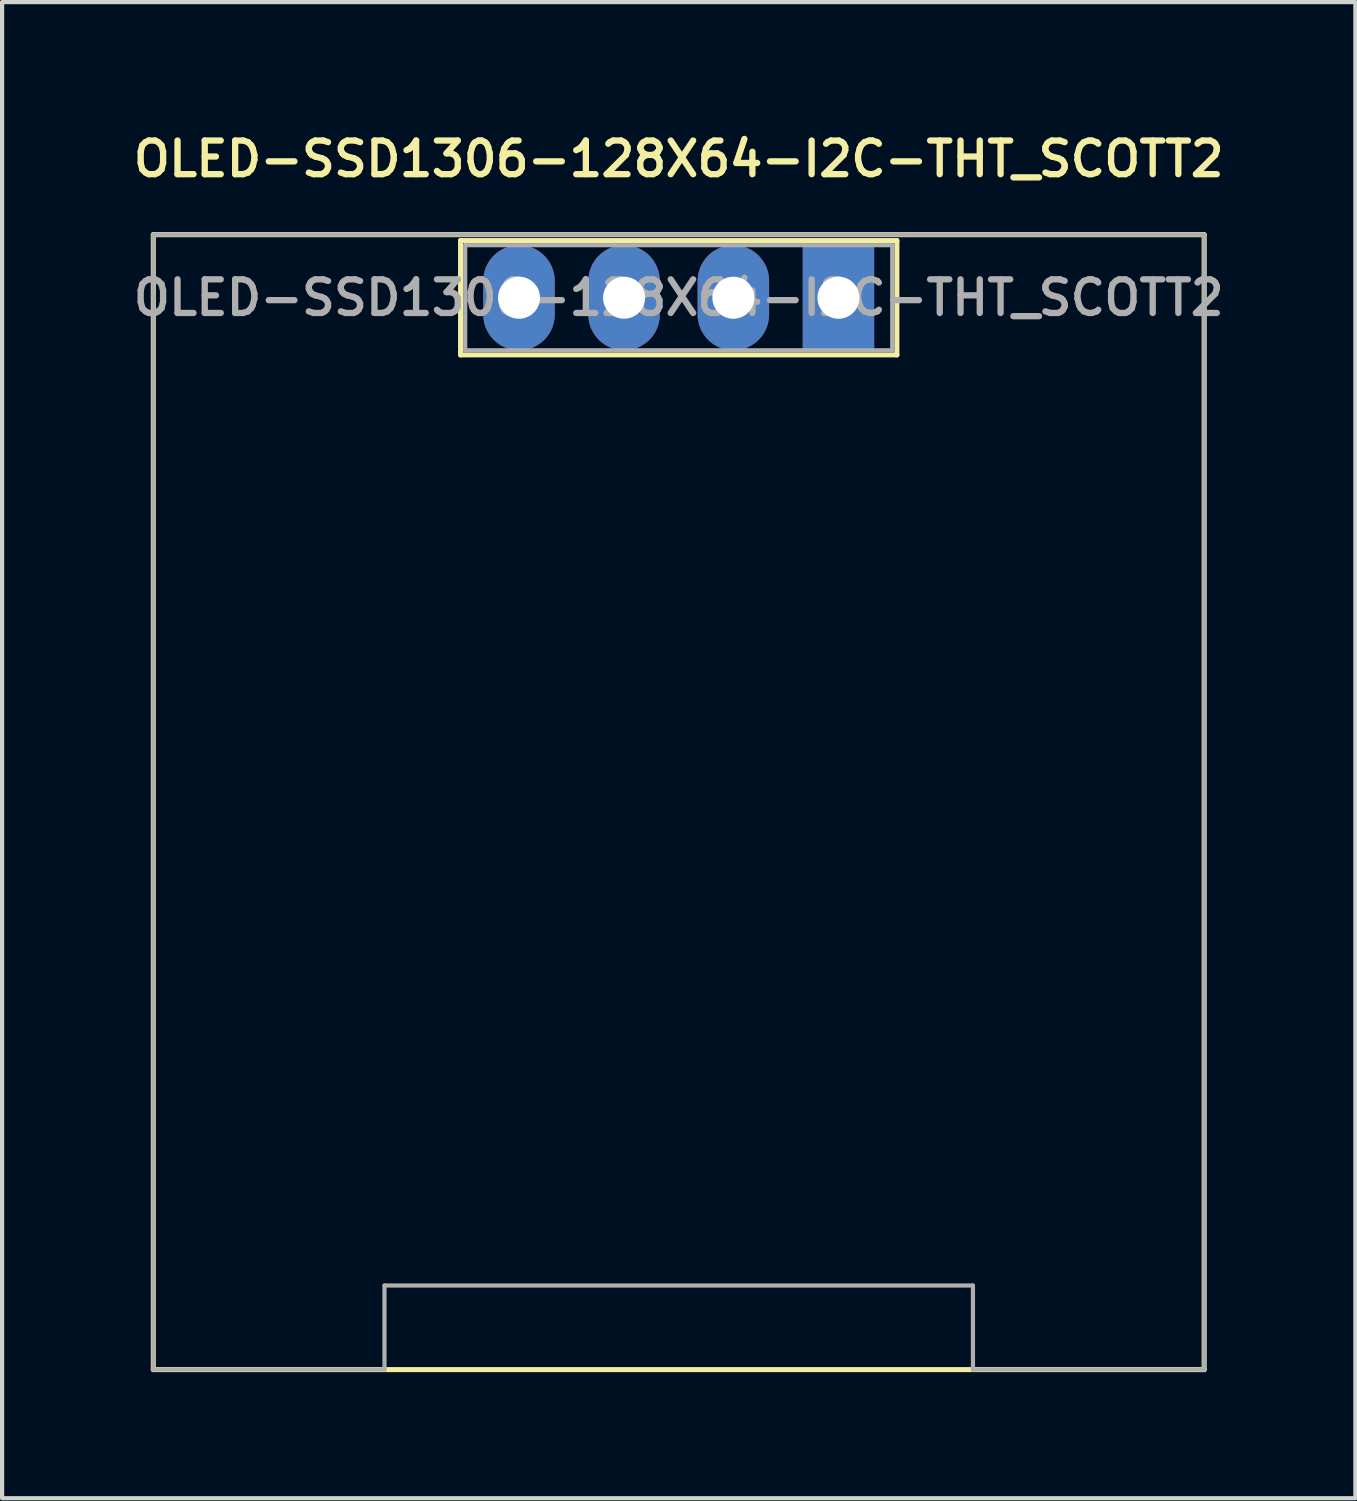
<source format=kicad_pcb>
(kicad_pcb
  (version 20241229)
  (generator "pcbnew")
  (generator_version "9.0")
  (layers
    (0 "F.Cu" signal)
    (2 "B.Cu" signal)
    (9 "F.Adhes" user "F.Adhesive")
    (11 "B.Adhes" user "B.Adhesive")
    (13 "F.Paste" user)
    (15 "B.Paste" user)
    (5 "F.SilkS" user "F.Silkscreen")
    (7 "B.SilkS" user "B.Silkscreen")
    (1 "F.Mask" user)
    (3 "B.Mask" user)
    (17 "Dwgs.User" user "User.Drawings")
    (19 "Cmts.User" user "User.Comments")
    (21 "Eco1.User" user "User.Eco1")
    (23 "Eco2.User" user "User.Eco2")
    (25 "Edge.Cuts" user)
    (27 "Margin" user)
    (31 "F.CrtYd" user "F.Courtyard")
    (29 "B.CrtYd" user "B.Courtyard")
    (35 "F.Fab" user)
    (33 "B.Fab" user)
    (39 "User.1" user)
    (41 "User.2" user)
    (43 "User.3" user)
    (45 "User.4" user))
  (footprint "OLED-SSD1306-128X64-I2C-THT_SCOTT2"
    (layer "F.Cu")
    (at 13.097 4.033)
    (property "Reference" "OLED-SSD1306-128X64-I2C-THT_SCOTT2" (at 0 -3.302 0) (layer "F.SilkS") (effects (font (size 0.8 0.8) (thickness 0.15))))
    (attr smd)
    (fp_line (start -12.5 -1.5) (end -12.5 25.5) (stroke (width 0.12) (type default)) (layer "F.SilkS"))
    (fp_line (start -12.5 25.5) (end 12.5 25.5) (stroke (width 0.12) (type default)) (layer "F.SilkS"))
    (fp_line (start -5.19 1.36) (end -5.19 -1.36) (stroke (width 0.12) (type solid)) (layer "F.SilkS"))
    (fp_line (start -5.19 1.36) (end 5.19 1.36) (stroke (width 0.12) (type solid)) (layer "F.SilkS"))
    (fp_line (start 5.19 -1.36) (end -5.19 -1.36) (stroke (width 0.12) (type solid)) (layer "F.SilkS"))
    (fp_line (start 5.19 1.36) (end 5.19 -1.36) (stroke (width 0.12) (type solid)) (layer "F.SilkS"))
    (fp_line (start 12.5 -1.5) (end -12.5 -1.5) (stroke (width 0.12) (type default)) (layer "F.SilkS"))
    (fp_line (start 12.5 25.5) (end 12.5 -1.5) (stroke (width 0.12) (type default)) (layer "F.SilkS"))
    (fp_line (start -12.5 -1.5) (end -12.5 25.5) (stroke (width 0.1) (type solid)) (layer "F.Fab"))
    (fp_line (start -12.5 -1.5) (end 12.5 -1.5) (stroke (width 0.1) (type solid)) (layer "F.Fab"))
    (fp_line (start -12.5 25.5) (end -7 25.5) (stroke (width 0.1) (type solid)) (layer "F.Fab"))
    (fp_line (start -7 23.5) (end -7 25.5) (stroke (width 0.1) (type solid)) (layer "F.Fab"))
    (fp_line (start -5.08 1.25) (end -5.08 -1.25) (stroke (width 0.1) (type solid)) (layer "F.Fab"))
    (fp_line (start 5.08 -1.25) (end -5.08 -1.25) (stroke (width 0.1) (type solid)) (layer "F.Fab"))
    (fp_line (start 5.08 1.25) (end -5.08 1.25) (stroke (width 0.1) (type solid)) (layer "F.Fab"))
    (fp_line (start 5.08 1.25) (end 5.08 -1.25) (stroke (width 0.1) (type solid)) (layer "F.Fab"))
    (fp_line (start 7 23.5) (end -7 23.5) (stroke (width 0.1) (type solid)) (layer "F.Fab"))
    (fp_line (start 7 23.5) (end 7 25.5) (stroke (width 0.1) (type solid)) (layer "F.Fab"))
    (fp_line (start 7 25.5) (end 12.5 25.5) (stroke (width 0.1) (type solid)) (layer "F.Fab"))
    (fp_line (start 12.5 -1.5) (end 12.5 25.5) (stroke (width 0.1) (type solid)) (layer "F.Fab"))
    (fp_text user "${REFERENCE}" (at 0 0 0) (layer "F.Fab") (effects (font (size 0.8 0.8) (thickness 0.15))))
    (pad "1" thru_hole rect (at 3.8 0) (size 1.7 2.5) (drill 1) (layers "*.Cu" "*.Mask"))
    (pad "2" thru_hole oval (at 1.3 0) (size 1.7 2.5) (drill 1) (layers "*.Cu" "*.Mask"))
    (pad "3" thru_hole oval (at -1.3 0) (size 1.7 2.5) (drill 1) (layers "*.Cu" "*.Mask"))
    (pad "4" thru_hole oval (at -3.8 0) (size 1.7 2.5) (drill 1) (layers "*.Cu" "*.Mask")))
  (gr_rect
    (start -3 -3)
    (end 29.195 32.593)
    (stroke (width 0.1) (type default))
    (fill no)
    (layer "Edge.Cuts")))
</source>
